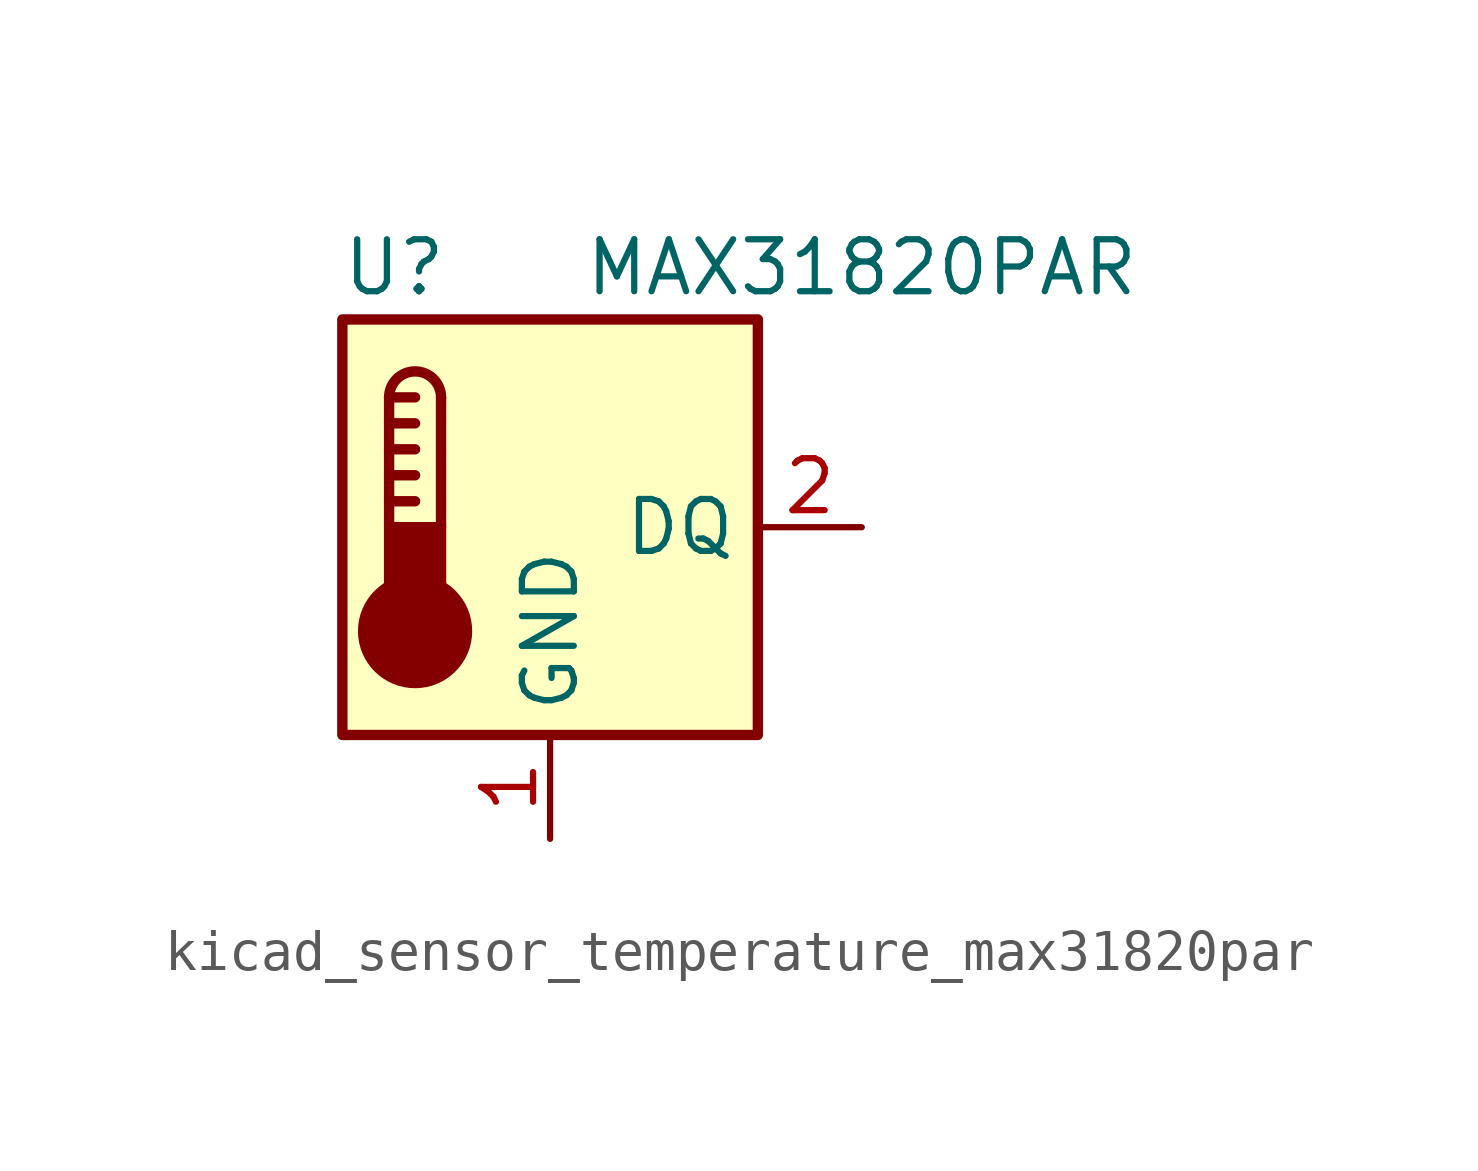
<source format=kicad_sym>
(kicad_symbol_lib
  (version 20220914)
  (generator kicad_symbol_editor)
  (symbol "kicad_sensor_temperature_max31820par"
    (property "Reference" "U"
      (at -3.81 6.35 0)
      (effects (font (size 1.27 1.27))))
    (property "Value" "MAX31820PAR"
      (at 7.62 6.35 0)
      (effects (font (size 1.27 1.27))))
    (symbol "kicad_sensor_temperature_max31820par_0_1"
      (rectangle (start -5.08 5.08) (end 5.08 -5.08) (stroke (width 0.254) (type default)) (fill (type background)))
      (circle (center -3.302 -2.54) (radius 1.27) (stroke (width 0.254) (type default)) (fill (type outline)))
      (rectangle (start -2.667 -1.905) (end -3.937 0) (stroke (width 0.254) (type default)) (fill (type outline)))
      (arc (start -2.667 3.175) (mid -3.302 3.8073) (end -3.937 3.175) (stroke (width 0.254) (type default)) (fill (type none)))
      (polyline (pts (xy -3.937 0.635) (xy -3.302 0.635)) (stroke (width 0.254) (type default)) (fill (type none)))
      (polyline (pts (xy -3.937 1.27) (xy -3.302 1.27)) (stroke (width 0.254) (type default)) (fill (type none)))
      (polyline (pts (xy -3.937 1.905) (xy -3.302 1.905)) (stroke (width 0.254) (type default)) (fill (type none)))
      (polyline (pts (xy -3.937 2.54) (xy -3.302 2.54)) (stroke (width 0.254) (type default)) (fill (type none)))
      (polyline (pts (xy -3.937 3.175) (xy -3.937 0)) (stroke (width 0.254) (type default)) (fill (type none)))
      (polyline (pts (xy -3.937 3.175) (xy -3.302 3.175)) (stroke (width 0.254) (type default)) (fill (type none)))
      (polyline (pts (xy -2.667 3.175) (xy -2.667 0)) (stroke (width 0.254) (type default)) (fill (type none))))
    (symbol "kicad_sensor_temperature_max31820par_1_1"
      (pin power_in line (at 0 -7.62 90) (length 2.54) (name "GND" (effects (font (size 1.27 1.27)))) (number "1" (effects (font (size 1.27 1.27)))))
      (pin bidirectional line (at 7.62 0 180) (length 2.54) (name "DQ" (effects (font (size 1.27 1.27)))) (number "2" (effects (font (size 1.27 1.27)))))
      (pin no_connect line (at 5.08 2.54 180) (length 2.54) hide (name "NC" (effects (font (size 1.27 1.27)))) (number "3" (effects (font (size 1.27 1.27))))))))
</source>
